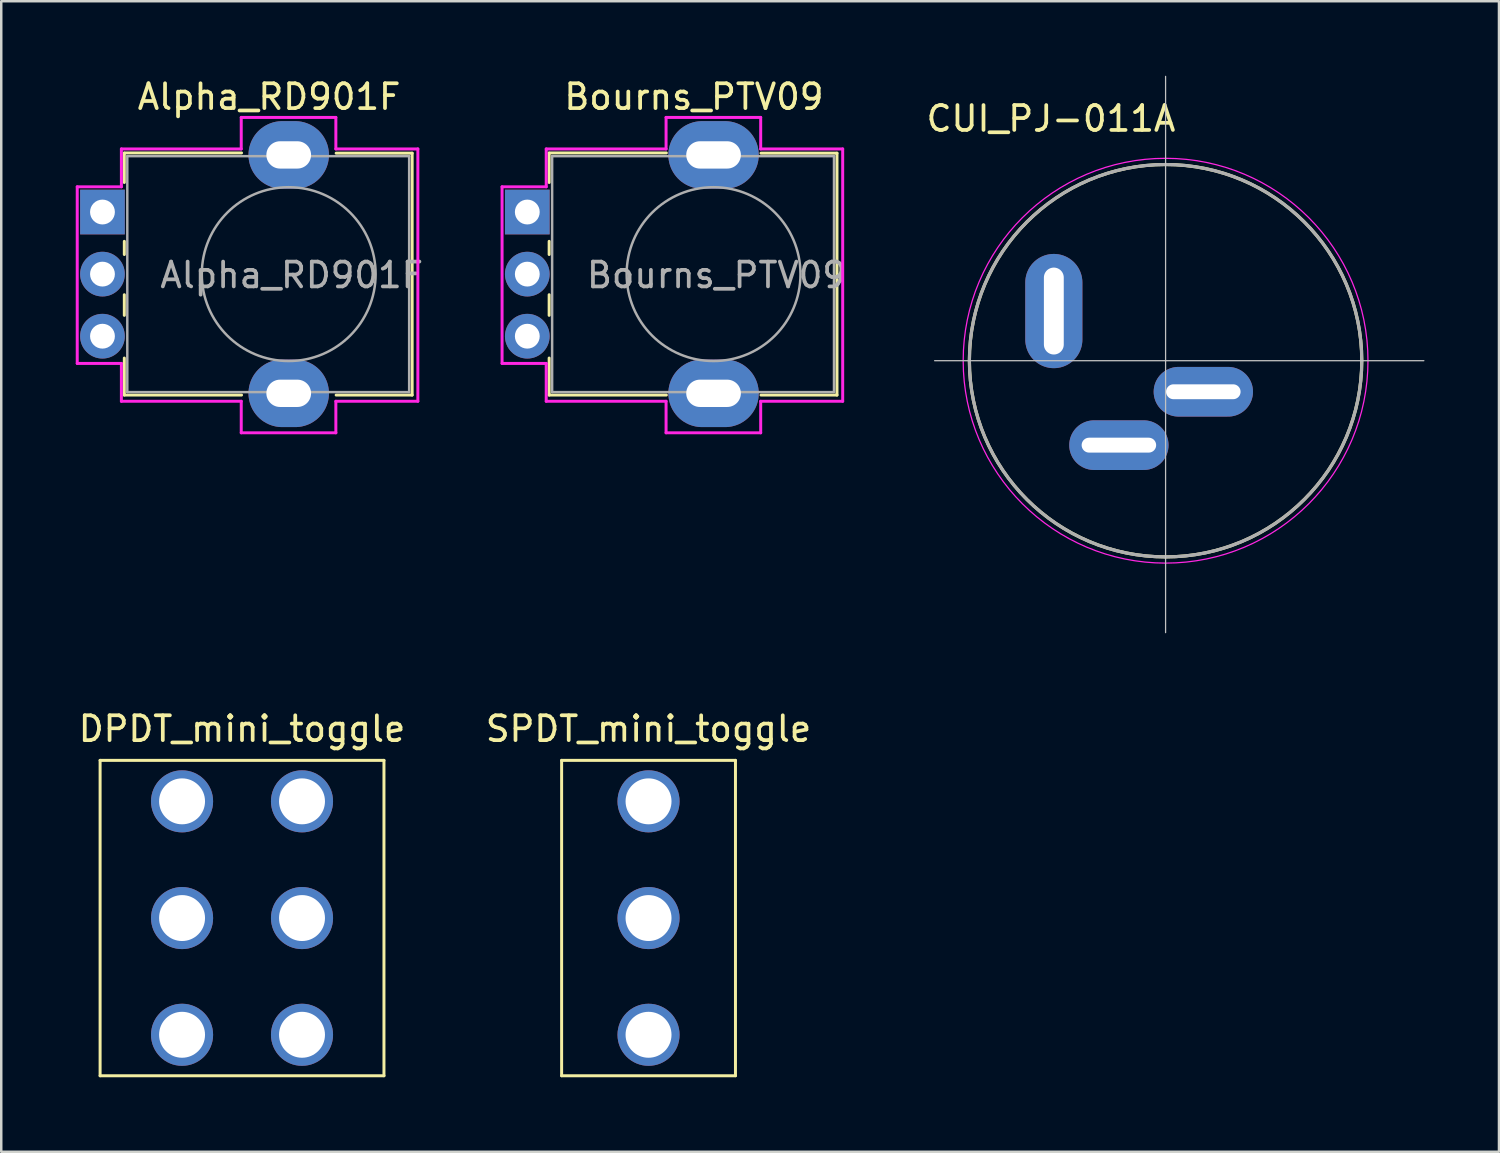
<source format=kicad_pcb>
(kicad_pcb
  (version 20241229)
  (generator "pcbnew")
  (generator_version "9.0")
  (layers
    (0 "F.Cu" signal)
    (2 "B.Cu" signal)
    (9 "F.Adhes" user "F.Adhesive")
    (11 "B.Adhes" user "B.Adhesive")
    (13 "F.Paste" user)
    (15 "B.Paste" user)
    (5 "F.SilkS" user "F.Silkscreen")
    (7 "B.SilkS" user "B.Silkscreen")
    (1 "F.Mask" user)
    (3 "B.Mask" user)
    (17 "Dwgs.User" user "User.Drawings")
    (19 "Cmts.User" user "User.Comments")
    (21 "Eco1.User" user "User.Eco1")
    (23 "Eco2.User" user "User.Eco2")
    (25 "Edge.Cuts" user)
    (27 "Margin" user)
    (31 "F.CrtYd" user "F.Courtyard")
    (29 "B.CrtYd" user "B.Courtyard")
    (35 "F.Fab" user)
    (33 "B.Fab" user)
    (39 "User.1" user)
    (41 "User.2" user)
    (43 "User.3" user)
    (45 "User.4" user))
  (footprint "SPDT_mini_toggle"
    (layer "F.Cu")
    (at 23.065 33.918)
    (property "Reference" "SPDT_mini_toggle" (at 0 -7.62 0) (layer "F.SilkS") (effects (font (size 1 1) (thickness 0.15))))
    (attr through_hole)
    (fp_line (start -3.5 -6.35) (end 3.5 -6.35) (stroke (width 0.12) (type solid)) (layer "F.SilkS"))
    (fp_line (start -3.5 6.35) (end -3.5 -6.35) (stroke (width 0.12) (type solid)) (layer "F.SilkS"))
    (fp_line (start 3.5 -6.35) (end 3.5 6.35) (stroke (width 0.12) (type solid)) (layer "F.SilkS"))
    (fp_line (start 3.5 6.35) (end -3.5 6.35) (stroke (width 0.12) (type solid)) (layer "F.SilkS"))
    (pad "1" thru_hole circle (at 0 -4.7) (size 2.5 2.5) (drill 1.85) (layers "*.Cu" "*.Mask"))
    (pad "2" thru_hole circle (at 0 0) (size 2.5 2.5) (drill 1.85) (layers "*.Cu" "*.Mask"))
    (pad "3" thru_hole circle (at 0 4.7) (size 2.5 2.5) (drill 1.85) (layers "*.Cu" "*.Mask")))
  (footprint "Alpha_RD901F"
    (layer "F.Cu")
    (at 1.076 5.488)
    (property "Reference" "Alpha_RD901F" (at 6.71 -4.64 180) (layer "F.SilkS") (effects (font (size 1 1) (thickness 0.15))))
    (attr through_hole)
    (fp_line (start 0.88 -2.38) (end 5.6 -2.38) (stroke (width 0.12) (type solid)) (layer "F.SilkS"))
    (fp_line (start 0.88 -1.19) (end 0.88 -2.37) (stroke (width 0.12) (type solid)) (layer "F.SilkS"))
    (fp_line (start 0.88 1.71) (end 0.88 1.18) (stroke (width 0.12) (type solid)) (layer "F.SilkS"))
    (fp_line (start 0.88 4.16) (end 0.88 3.33) (stroke (width 0.12) (type solid)) (layer "F.SilkS"))
    (fp_line (start 0.88 7.37) (end 0.88 5.88) (stroke (width 0.12) (type solid)) (layer "F.SilkS"))
    (fp_line (start 0.88 7.37) (end 5.6 7.37) (stroke (width 0.12) (type solid)) (layer "F.SilkS"))
    (fp_line (start 9.41 -2.37) (end 12.47 -2.37) (stroke (width 0.12) (type solid)) (layer "F.SilkS"))
    (fp_line (start 9.41 7.37) (end 12.47 7.37) (stroke (width 0.12) (type solid)) (layer "F.SilkS"))
    (fp_line (start 12.47 7.37) (end 12.47 -2.37) (stroke (width 0.12) (type solid)) (layer "F.SilkS"))
    (fp_line (start -1.016 -1.016) (end -1.016 6.096) (stroke (width 0.12) (type solid)) (layer "F.CrtYd"))
    (fp_line (start -1.016 6.096) (end 0.762 6.096) (stroke (width 0.12) (type solid)) (layer "F.CrtYd"))
    (fp_line (start 0.762 -2.54) (end 0.762 -1.016) (stroke (width 0.12) (type solid)) (layer "F.CrtYd"))
    (fp_line (start 0.762 -1.016) (end -1.016 -1.016) (stroke (width 0.12) (type solid)) (layer "F.CrtYd"))
    (fp_line (start 0.762 6.096) (end 0.762 7.62) (stroke (width 0.12) (type solid)) (layer "F.CrtYd"))
    (fp_line (start 0.762 7.62) (end 5.588 7.62) (stroke (width 0.12) (type solid)) (layer "F.CrtYd"))
    (fp_line (start 5.588 -3.81) (end 5.588 -2.54) (stroke (width 0.12) (type solid)) (layer "F.CrtYd"))
    (fp_line (start 5.588 -2.54) (end 0.762 -2.54) (stroke (width 0.12) (type solid)) (layer "F.CrtYd"))
    (fp_line (start 5.588 7.62) (end 5.588 8.89) (stroke (width 0.12) (type solid)) (layer "F.CrtYd"))
    (fp_line (start 5.588 8.89) (end 9.398 8.89) (stroke (width 0.12) (type solid)) (layer "F.CrtYd"))
    (fp_line (start 9.398 -3.81) (end 5.588 -3.81) (stroke (width 0.12) (type solid)) (layer "F.CrtYd"))
    (fp_line (start 9.398 -2.54) (end 9.398 -3.81) (stroke (width 0.12) (type solid)) (layer "F.CrtYd"))
    (fp_line (start 9.398 7.62) (end 12.7 7.62) (stroke (width 0.12) (type solid)) (layer "F.CrtYd"))
    (fp_line (start 9.398 8.89) (end 9.398 7.62) (stroke (width 0.12) (type solid)) (layer "F.CrtYd"))
    (fp_line (start 12.7 -2.54) (end 9.398 -2.54) (stroke (width 0.12) (type solid)) (layer "F.CrtYd"))
    (fp_line (start 12.7 7.62) (end 12.7 -2.54) (stroke (width 0.12) (type solid)) (layer "F.CrtYd"))
    (fp_line (start 1 -2.25) (end 12.35 -2.25) (stroke (width 0.1) (type solid)) (layer "F.Fab"))
    (fp_line (start 1 7.25) (end 1 -2.25) (stroke (width 0.1) (type solid)) (layer "F.Fab"))
    (fp_line (start 1 7.25) (end 12.35 7.25) (stroke (width 0.1) (type solid)) (layer "F.Fab"))
    (fp_line (start 12.35 7.25) (end 12.35 -2.25) (stroke (width 0.1) (type solid)) (layer "F.Fab"))
    (fp_circle (center 7.5 2.5) (end 7.5 -1) (stroke (width 0.1) (type solid)) (fill no) (layer "F.Fab"))
    (fp_text user "${REFERENCE}" (at 7.62 2.54 0) (layer "F.Fab") (effects (font (size 1 1) (thickness 0.15))))
    (pad "" thru_hole oval (at 7.5 -2.3 90) (size 2.72 3.24) (drill oval 1.1 1.8) (layers "*.Cu" "*.Mask"))
    (pad "" thru_hole oval (at 7.5 7.3 90) (size 2.72 3.24) (drill oval 1.1 1.8) (layers "*.Cu" "*.Mask"))
    (pad "1" thru_hole rect (at 0 0 90) (size 1.8 1.8) (drill 1) (layers "*.Cu" "*.Mask"))
    (pad "2" thru_hole circle (at 0 2.5 90) (size 1.8 1.8) (drill 1) (layers "*.Cu" "*.Mask"))
    (pad "3" thru_hole circle (at 0 5 90) (size 1.8 1.8) (drill 1) (layers "*.Cu" "*.Mask")))
  (footprint "Bourns_PTV09"
    (layer "F.Cu")
    (at 18.183 5.488)
    (property "Reference" "Bourns_PTV09" (at 6.71 -4.64 180) (layer "F.SilkS") (effects (font (size 1 1) (thickness 0.15))))
    (attr through_hole)
    (fp_line (start 0.88 -2.38) (end 5.6 -2.38) (stroke (width 0.12) (type solid)) (layer "F.SilkS"))
    (fp_line (start 0.88 -1.19) (end 0.88 -2.37) (stroke (width 0.12) (type solid)) (layer "F.SilkS"))
    (fp_line (start 0.88 1.71) (end 0.88 1.18) (stroke (width 0.12) (type solid)) (layer "F.SilkS"))
    (fp_line (start 0.88 4.16) (end 0.88 3.33) (stroke (width 0.12) (type solid)) (layer "F.SilkS"))
    (fp_line (start 0.88 7.37) (end 0.88 5.88) (stroke (width 0.12) (type solid)) (layer "F.SilkS"))
    (fp_line (start 0.88 7.37) (end 5.6 7.37) (stroke (width 0.12) (type solid)) (layer "F.SilkS"))
    (fp_line (start 9.41 -2.37) (end 12.47 -2.37) (stroke (width 0.12) (type solid)) (layer "F.SilkS"))
    (fp_line (start 9.41 7.37) (end 12.47 7.37) (stroke (width 0.12) (type solid)) (layer "F.SilkS"))
    (fp_line (start 12.47 7.37) (end 12.47 -2.37) (stroke (width 0.12) (type solid)) (layer "F.SilkS"))
    (fp_line (start -1.016 -1.016) (end -1.016 6.096) (stroke (width 0.12) (type solid)) (layer "F.CrtYd"))
    (fp_line (start -1.016 6.096) (end 0.762 6.096) (stroke (width 0.12) (type solid)) (layer "F.CrtYd"))
    (fp_line (start 0.762 -2.54) (end 0.762 -1.016) (stroke (width 0.12) (type solid)) (layer "F.CrtYd"))
    (fp_line (start 0.762 -1.016) (end -1.016 -1.016) (stroke (width 0.12) (type solid)) (layer "F.CrtYd"))
    (fp_line (start 0.762 6.096) (end 0.762 7.62) (stroke (width 0.12) (type solid)) (layer "F.CrtYd"))
    (fp_line (start 0.762 7.62) (end 5.588 7.62) (stroke (width 0.12) (type solid)) (layer "F.CrtYd"))
    (fp_line (start 5.588 -3.81) (end 5.588 -2.54) (stroke (width 0.12) (type solid)) (layer "F.CrtYd"))
    (fp_line (start 5.588 -2.54) (end 0.762 -2.54) (stroke (width 0.12) (type solid)) (layer "F.CrtYd"))
    (fp_line (start 5.588 7.62) (end 5.588 8.89) (stroke (width 0.12) (type solid)) (layer "F.CrtYd"))
    (fp_line (start 5.588 8.89) (end 9.398 8.89) (stroke (width 0.12) (type solid)) (layer "F.CrtYd"))
    (fp_line (start 9.398 -3.81) (end 5.588 -3.81) (stroke (width 0.12) (type solid)) (layer "F.CrtYd"))
    (fp_line (start 9.398 -2.54) (end 9.398 -3.81) (stroke (width 0.12) (type solid)) (layer "F.CrtYd"))
    (fp_line (start 9.398 7.62) (end 12.7 7.62) (stroke (width 0.12) (type solid)) (layer "F.CrtYd"))
    (fp_line (start 9.398 8.89) (end 9.398 7.62) (stroke (width 0.12) (type solid)) (layer "F.CrtYd"))
    (fp_line (start 12.7 -2.54) (end 9.398 -2.54) (stroke (width 0.12) (type solid)) (layer "F.CrtYd"))
    (fp_line (start 12.7 7.62) (end 12.7 -2.54) (stroke (width 0.12) (type solid)) (layer "F.CrtYd"))
    (fp_line (start 1 -2.25) (end 12.35 -2.25) (stroke (width 0.1) (type solid)) (layer "F.Fab"))
    (fp_line (start 1 7.25) (end 1 -2.25) (stroke (width 0.1) (type solid)) (layer "F.Fab"))
    (fp_line (start 1 7.25) (end 12.35 7.25) (stroke (width 0.1) (type solid)) (layer "F.Fab"))
    (fp_line (start 12.35 7.25) (end 12.35 -2.25) (stroke (width 0.1) (type solid)) (layer "F.Fab"))
    (fp_circle (center 7.5 2.5) (end 7.5 -1) (stroke (width 0.1) (type solid)) (fill no) (layer "F.Fab"))
    (fp_text user "${REFERENCE}" (at 7.62 2.54 0) (layer "F.Fab") (effects (font (size 1 1) (thickness 0.15))))
    (pad "" thru_hole oval (at 7.5 -2.3 90) (size 2.72 3.64) (drill oval 1.1 2.2) (layers "*.Cu" "*.Mask"))
    (pad "" thru_hole oval (at 7.5 7.3 90) (size 2.72 3.64) (drill oval 1.1 2.2) (layers "*.Cu" "*.Mask"))
    (pad "1" thru_hole rect (at 0 0 90) (size 1.8 1.8) (drill 1) (layers "*.Cu" "*.Mask"))
    (pad "2" thru_hole circle (at 0 2.5 90) (size 1.8 1.8) (drill 1) (layers "*.Cu" "*.Mask"))
    (pad "3" thru_hole circle (at 0 5 90) (size 1.8 1.8) (drill 1) (layers "*.Cu" "*.Mask")))
  (footprint "CUI_PJ-011A"
    (layer "F.Cu")
    (at 39.385 9.725)
    (property "Reference" "CUI_PJ-011A" (at -0.115 -7.999 0) (layer "F.SilkS") (effects (font (size 1.001 1.001) (thickness 0.15))))
    (attr through_hole)
    (fp_circle (center 4.5 1.75) (end 12.4 1.75) (stroke (width 0.127) (type solid)) (fill no) (layer "F.SilkS"))
    (fp_line (start -4.8 1.75) (end 14.9 1.75) (stroke (width 0.05) (type solid)) (layer "Dwgs.User"))
    (fp_line (start 4.5 -9.7) (end 4.5 12.7) (stroke (width 0.05) (type solid)) (layer "Dwgs.User"))
    (fp_circle (center 4.5 1.75) (end 12.65 1.75) (stroke (width 0.05) (type solid)) (fill no) (layer "F.CrtYd"))
    (fp_circle (center 4.5 1.75) (end 12.4 1.75) (stroke (width 0.127) (type solid)) (fill no) (layer "F.Fab"))
    (pad "1" thru_hole oval (at 0 -0.25) (size 2.3 4.6) (drill oval 0.8 3.5) (layers "*.Cu" "*.Mask"))
    (pad "2" thru_hole oval (at 2.62 5.15) (size 4 2) (drill oval 3 0.6) (layers "*.Cu" "*.Mask"))
    (pad "3" thru_hole oval (at 6.02 3) (size 4 2) (drill oval 3 0.6) (layers "*.Cu" "*.Mask")))
  (footprint "DPDT_mini_toggle"
    (layer "F.Cu")
    (at 6.696 33.918)
    (property "Reference" "DPDT_mini_toggle" (at 0 -7.62 0) (layer "F.SilkS") (effects (font (size 1 1) (thickness 0.15))))
    (attr through_hole)
    (fp_line (start -5.715 -6.35) (end 5.715 -6.35) (stroke (width 0.12) (type solid)) (layer "F.SilkS"))
    (fp_line (start -5.715 6.35) (end -5.715 -6.35) (stroke (width 0.12) (type solid)) (layer "F.SilkS"))
    (fp_line (start 5.715 -6.35) (end 5.715 6.35) (stroke (width 0.12) (type solid)) (layer "F.SilkS"))
    (fp_line (start 5.715 6.35) (end -5.715 6.35) (stroke (width 0.12) (type solid)) (layer "F.SilkS"))
    (pad "1" thru_hole circle (at 2.415 -4.7) (size 2.5 2.5) (drill 1.85) (layers "*.Cu" "*.Mask"))
    (pad "2" thru_hole circle (at 2.415 0) (size 2.5 2.5) (drill 1.85) (layers "*.Cu" "*.Mask"))
    (pad "3" thru_hole circle (at 2.415 4.7) (size 2.5 2.5) (drill 1.85) (layers "*.Cu" "*.Mask"))
    (pad "4" thru_hole circle (at -2.415 -4.7) (size 2.5 2.5) (drill 1.85) (layers "*.Cu" "*.Mask"))
    (pad "5" thru_hole circle (at -2.415 0) (size 2.5 2.5) (drill 1.85) (layers "*.Cu" "*.Mask"))
    (pad "6" thru_hole circle (at -2.415 4.7) (size 2.5 2.5) (drill 1.85) (layers "*.Cu" "*.Mask")))
  (gr_rect
    (start -3 -3)
    (end 57.31 43.328)
    (stroke (width 0.1) (type default))
    (fill no)
    (layer "Edge.Cuts")))
</source>
